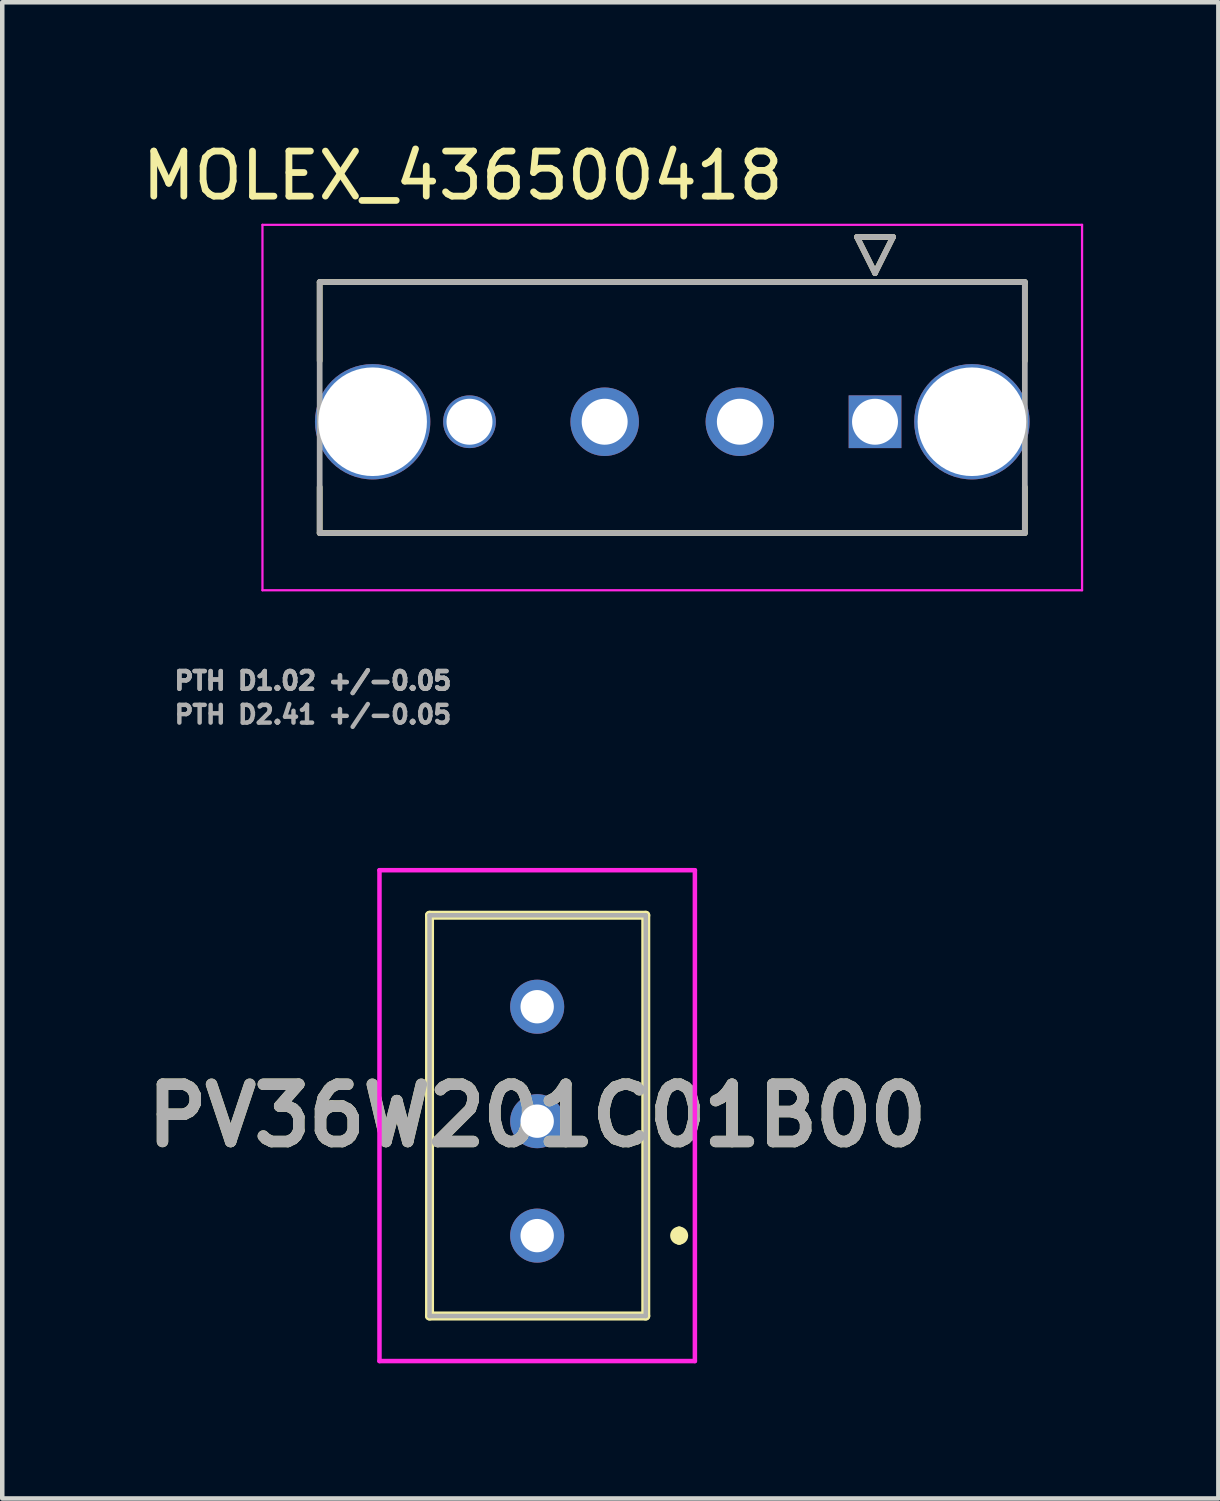
<source format=kicad_pcb>
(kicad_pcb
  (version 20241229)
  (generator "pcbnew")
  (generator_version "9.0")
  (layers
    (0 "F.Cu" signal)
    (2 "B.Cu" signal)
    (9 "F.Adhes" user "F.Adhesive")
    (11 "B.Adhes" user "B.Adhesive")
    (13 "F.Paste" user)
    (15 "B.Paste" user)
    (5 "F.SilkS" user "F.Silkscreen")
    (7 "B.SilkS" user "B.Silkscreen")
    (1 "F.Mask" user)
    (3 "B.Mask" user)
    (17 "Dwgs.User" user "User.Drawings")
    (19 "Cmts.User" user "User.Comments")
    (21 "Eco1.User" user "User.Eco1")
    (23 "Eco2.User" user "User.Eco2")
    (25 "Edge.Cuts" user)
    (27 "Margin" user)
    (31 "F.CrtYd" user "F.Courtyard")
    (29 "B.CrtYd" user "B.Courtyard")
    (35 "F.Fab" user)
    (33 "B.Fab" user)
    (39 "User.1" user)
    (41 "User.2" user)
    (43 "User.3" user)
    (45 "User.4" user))
  (footprint "MOLEX_436500418"
    (layer "F.Cu")
    (at 16.37 6.31)
    (property "Reference" "MOLEX_436500418" (at -9.15 -5.462 0) (layer "F.SilkS") (effects (font (size 1 1) (thickness 0.15))))
    (attr through_hole)
    (fp_circle (center -11.15 0) (end -10.472 0) (stroke (width 1.356) (type solid)) (fill no) (layer "F.Mask"))
    (fp_circle (center -9 0) (end -8.669 0) (stroke (width 0.661) (type solid)) (fill no) (layer "F.Mask"))
    (fp_circle (center -6 0) (end -5.582 0) (stroke (width 0.836) (type solid)) (fill no) (layer "F.Mask"))
    (fp_circle (center -3 0) (end -2.582 0) (stroke (width 0.836) (type solid)) (fill no) (layer "F.Mask"))
    (fp_circle (center 2.15 0) (end 2.828 0) (stroke (width 1.356) (type solid)) (fill no) (layer "F.Mask"))
    (fp_poly (pts (xy -0.661 -0.661) (xy 0.661 -0.661) (xy 0.661 0.661) (xy -0.661 0.661)) (stroke (width 0.01) (type solid)) (fill yes) (layer "F.Mask"))
    (fp_circle (center -11.15 0) (end -10.472 0) (stroke (width 1.356) (type solid)) (fill no) (layer "B.Mask"))
    (fp_circle (center -9 0) (end -8.669 0) (stroke (width 0.661) (type solid)) (fill no) (layer "B.Mask"))
    (fp_circle (center -6 0) (end -5.582 0) (stroke (width 0.836) (type solid)) (fill no) (layer "B.Mask"))
    (fp_circle (center -3 0) (end -2.582 0) (stroke (width 0.836) (type solid)) (fill no) (layer "B.Mask"))
    (fp_circle (center 2.15 0) (end 2.828 0) (stroke (width 1.356) (type solid)) (fill no) (layer "B.Mask"))
    (fp_poly (pts (xy -0.661 -0.661) (xy 0.661 -0.661) (xy 0.661 0.661) (xy -0.661 0.661)) (stroke (width 0.01) (type solid)) (fill yes) (layer "B.Mask"))
    (fp_line (start -12.325 -3.1) (end -12.325 -1.35) (stroke (width 0.127) (type solid)) (layer "F.SilkS"))
    (fp_line (start -12.325 -3.1) (end 3.325 -3.1) (stroke (width 0.127) (type solid)) (layer "F.SilkS"))
    (fp_line (start -12.325 2.47) (end -12.325 1.45) (stroke (width 0.127) (type solid)) (layer "F.SilkS"))
    (fp_line (start -0.4 -4.1) (end 0.4 -4.1) (stroke (width 0.127) (type solid)) (layer "F.SilkS"))
    (fp_line (start 0 -3.3) (end -0.4 -4.1) (stroke (width 0.127) (type solid)) (layer "F.SilkS"))
    (fp_line (start 0.4 -4.1) (end 0 -3.3) (stroke (width 0.127) (type solid)) (layer "F.SilkS"))
    (fp_line (start 3.325 -3.1) (end 3.325 -1.35) (stroke (width 0.127) (type solid)) (layer "F.SilkS"))
    (fp_line (start 3.325 2.47) (end -12.325 2.47) (stroke (width 0.127) (type solid)) (layer "F.SilkS"))
    (fp_line (start 3.325 2.47) (end 3.325 1.45) (stroke (width 0.127) (type solid)) (layer "F.SilkS"))
    (fp_line (start -13.595 -4.37) (end 4.595 -4.37) (stroke (width 0.05) (type solid)) (layer "F.CrtYd"))
    (fp_line (start -13.595 3.74) (end -13.595 -4.37) (stroke (width 0.05) (type solid)) (layer "F.CrtYd"))
    (fp_line (start 4.595 3.74) (end -13.595 3.74) (stroke (width 0.05) (type solid)) (layer "F.CrtYd"))
    (fp_line (start 4.595 3.74) (end 4.595 -4.37) (stroke (width 0.05) (type solid)) (layer "F.CrtYd"))
    (fp_line (start -12.325 -3.1) (end 3.325 -3.1) (stroke (width 0.127) (type solid)) (layer "F.Fab"))
    (fp_line (start -12.325 2.47) (end -12.325 -3.1) (stroke (width 0.127) (type solid)) (layer "F.Fab"))
    (fp_line (start -0.4 -4.1) (end 0.4 -4.1) (stroke (width 0.127) (type solid)) (layer "F.Fab"))
    (fp_line (start 0 -3.3) (end -0.4 -4.1) (stroke (width 0.127) (type solid)) (layer "F.Fab"))
    (fp_line (start 0.4 -4.1) (end 0 -3.3) (stroke (width 0.127) (type solid)) (layer "F.Fab"))
    (fp_line (start 3.325 2.47) (end -12.325 2.47) (stroke (width 0.127) (type solid)) (layer "F.Fab"))
    (fp_line (start 3.325 2.47) (end 3.325 -3.1) (stroke (width 0.127) (type solid)) (layer "F.Fab"))
    (fp_text user "PTH D1.02 +/-0.05 " (at -12.325 5.75 0) (layer "F.Fab") (effects (font (size 0.394 0.394) (thickness 0.15))))
    (fp_text user "PTH D1.02 +/-0.05 " (at -12.325 5.75 0) (layer "F.Fab") (effects (font (size 0.394 0.394) (thickness 0.15))))
    (fp_text user "PTH D2.41 +/-0.05 " (at -12.325 6.5 0) (layer "F.Fab") (effects (font (size 0.394 0.394) (thickness 0.15))))
    (pad "1" thru_hole rect (at 0 0) (size 1.17 1.17) (drill 1.02) (layers "*.Cu"))
    (pad "2" thru_hole circle (at -3 0) (size 1.52 1.52) (drill 1.02) (layers "*.Cu"))
    (pad "3" thru_hole circle (at -6 0) (size 1.52 1.52) (drill 1.02) (layers "*.Cu"))
    (pad "4" thru_hole circle (at -9 0) (size 1.17 1.17) (drill 1.02) (layers "*.Cu"))
    (pad "S1" thru_hole circle (at 2.15 0) (size 2.56 2.56) (drill 2.41) (layers "*.Cu"))
    (pad "S2" thru_hole circle (at -11.15 0) (size 2.56 2.56) (drill 2.41) (layers "*.Cu")))
  (footprint "PV36W201C01B00"
    (layer "F.Cu")
    (at 8.872 24.373)
    (property "Reference" "PV36W201C01B00" (at 0 -2.663 0) (layer "F.SilkS") (effects (font (size 1.27 1.27) (thickness 0.254))))
    (attr through_hole)
    (fp_line (start -2.389 -7.11) (end 2.41 -7.11) (stroke (width 0.2) (type solid)) (layer "F.SilkS"))
    (fp_line (start -2.389 1.784) (end -2.389 -7.11) (stroke (width 0.2) (type solid)) (layer "F.SilkS"))
    (fp_line (start 2.41 -7.11) (end 2.41 1.784) (stroke (width 0.2) (type solid)) (layer "F.SilkS"))
    (fp_line (start 2.41 1.784) (end -2.389 1.784) (stroke (width 0.2) (type solid)) (layer "F.SilkS"))
    (fp_line (start 3.151 -0.1) (end 3.151 -0.1) (stroke (width 0.2) (type solid)) (layer "F.SilkS"))
    (fp_line (start 3.151 0.1) (end 3.151 0.1) (stroke (width 0.2) (type solid)) (layer "F.SilkS"))
    (fp_arc (start 3.151 -0.1) (mid 3.251 0) (end 3.151 0.1) (stroke (width 0.2) (type solid)) (layer "F.SilkS"))
    (fp_arc (start 3.151 0.1) (mid 3.051 0) (end 3.151 -0.1) (stroke (width 0.2) (type solid)) (layer "F.SilkS"))
    (fp_line (start -3.5 -8.11) (end 3.5 -8.11) (stroke (width 0.1) (type solid)) (layer "F.CrtYd"))
    (fp_line (start -3.5 2.784) (end -3.5 -8.11) (stroke (width 0.1) (type solid)) (layer "F.CrtYd"))
    (fp_line (start 3.5 -8.11) (end 3.5 2.784) (stroke (width 0.1) (type solid)) (layer "F.CrtYd"))
    (fp_line (start 3.5 2.784) (end -3.5 2.784) (stroke (width 0.1) (type solid)) (layer "F.CrtYd"))
    (fp_line (start -2.389 -7.11) (end 2.41 -7.11) (stroke (width 0.1) (type solid)) (layer "F.Fab"))
    (fp_line (start -2.389 1.784) (end -2.389 -7.11) (stroke (width 0.1) (type solid)) (layer "F.Fab"))
    (fp_line (start 2.41 -7.11) (end 2.41 1.784) (stroke (width 0.1) (type solid)) (layer "F.Fab"))
    (fp_line (start 2.41 1.784) (end -2.389 1.784) (stroke (width 0.1) (type solid)) (layer "F.Fab"))
    (fp_text user "${REFERENCE}" (at 0 -2.663 0) (layer "F.Fab") (effects (font (size 1.27 1.27) (thickness 0.254))))
    (pad "1" thru_hole circle (at 0 0) (size 1.2 1.2) (drill 0.74) (layers "*.Cu" "*.Mask"))
    (pad "2" thru_hole circle (at 0 -2.54) (size 1.2 1.2) (drill 0.74) (layers "*.Cu" "*.Mask"))
    (pad "3" thru_hole circle (at 0 -5.08) (size 1.2 1.2) (drill 0.74) (layers "*.Cu" "*.Mask")))
  (gr_rect
    (start -3 -3)
    (end 23.99 30.207)
    (stroke (width 0.1) (type default))
    (fill no)
    (layer "Edge.Cuts")))
</source>
